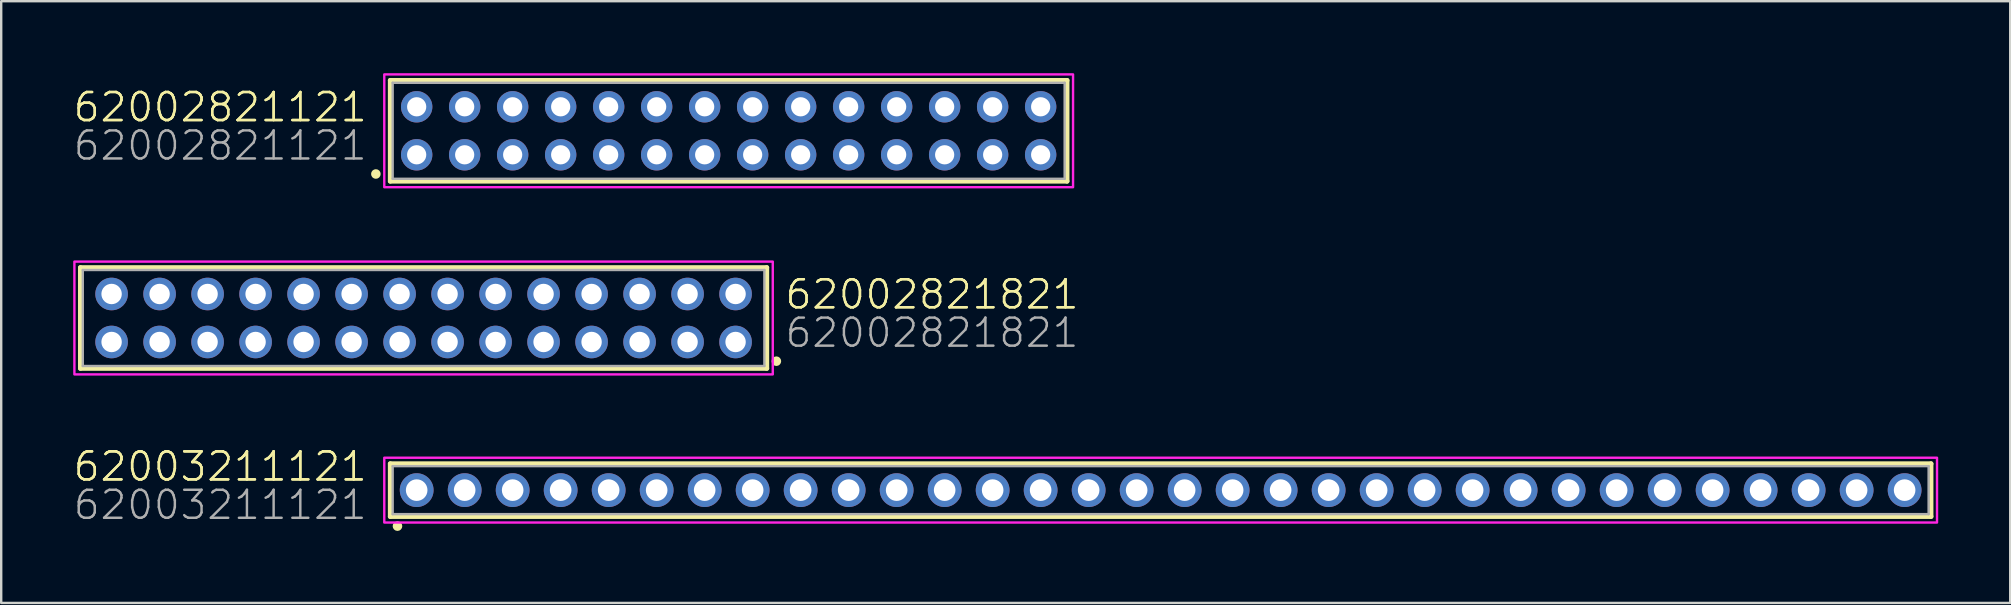
<source format=kicad_pcb>
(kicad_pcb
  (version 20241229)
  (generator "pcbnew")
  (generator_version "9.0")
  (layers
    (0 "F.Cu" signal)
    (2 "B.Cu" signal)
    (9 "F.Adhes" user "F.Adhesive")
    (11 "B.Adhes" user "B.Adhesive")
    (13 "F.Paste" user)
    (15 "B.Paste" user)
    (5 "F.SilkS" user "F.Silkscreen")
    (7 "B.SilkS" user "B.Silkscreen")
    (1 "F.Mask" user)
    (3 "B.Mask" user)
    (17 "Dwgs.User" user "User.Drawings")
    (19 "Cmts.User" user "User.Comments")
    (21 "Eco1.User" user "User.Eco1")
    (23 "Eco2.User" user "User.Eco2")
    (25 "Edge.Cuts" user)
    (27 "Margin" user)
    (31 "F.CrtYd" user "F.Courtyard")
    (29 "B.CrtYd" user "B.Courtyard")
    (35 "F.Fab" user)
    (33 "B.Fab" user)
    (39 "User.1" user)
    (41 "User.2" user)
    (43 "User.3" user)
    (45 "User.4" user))
  (footprint "62003211121"
    (layer "F.Cu")
    (at 45.312 17.373)
    (property "Reference" "62003211121" (at -33 -0.3 0) (unlocked yes) (layer "F.SilkS") (effects (font (size 1.168 1.168) (thickness 0.102)) (justify right bottom)))
    (property "Value" "62003211121" (at -33 1.3 0) (unlocked yes) (layer "F.Fab") (hide yes) (effects (font (size 1.168 1.168) (thickness 0.102)) (justify right bottom)))
    (fp_line (start -32.1 -1.1) (end 32.1 -1.1) (stroke (width 0.2) (type solid)) (layer "F.SilkS"))
    (fp_line (start -32.1 1.1) (end -32.1 -1.1) (stroke (width 0.2) (type solid)) (layer "F.SilkS"))
    (fp_line (start 32.1 -1.1) (end 32.1 1.1) (stroke (width 0.2) (type solid)) (layer "F.SilkS"))
    (fp_line (start 32.1 1.1) (end -32.1 1.1) (stroke (width 0.2) (type solid)) (layer "F.SilkS"))
    (fp_circle (center -31.8 1.5) (end -31.7 1.5) (stroke (width 0.2) (type solid)) (fill no) (layer "F.SilkS"))
    (fp_poly (pts (xy 32.35 1.35) (xy -32.35 1.35) (xy -32.35 -1.35) (xy 32.35 -1.35)) (stroke (width 0.1) (type default)) (fill no) (layer "F.CrtYd"))
    (fp_line (start -32 -1) (end -32 1) (stroke (width 0.1) (type solid)) (layer "F.Fab"))
    (fp_line (start -32 1) (end 32 1) (stroke (width 0.1) (type solid)) (layer "F.Fab"))
    (fp_line (start 32 -1) (end -32 -1) (stroke (width 0.1) (type solid)) (layer "F.Fab"))
    (fp_line (start 32 1) (end 32 -1) (stroke (width 0.1) (type solid)) (layer "F.Fab"))
    (fp_text user "${REFERENCE}" (at -33 -0.3 0) (unlocked yes) (layer "F.SilkS") (effects (font (size 1.168 1.168) (thickness 0.102)) (justify right bottom)))
    (fp_text user "${VALUE}" (at -33 1.3 0) (unlocked yes) (layer "F.Fab") (effects (font (size 1.168 1.168) (thickness 0.102)) (justify right bottom)))
    (pad "1" thru_hole circle (at -31 0) (size 1.408 1.408) (drill 0.9) (layers "*.Cu" "*.Mask"))
    (pad "2" thru_hole circle (at -29 0) (size 1.408 1.408) (drill 0.9) (layers "*.Cu" "*.Mask"))
    (pad "3" thru_hole circle (at -27 0) (size 1.408 1.408) (drill 0.9) (layers "*.Cu" "*.Mask"))
    (pad "4" thru_hole circle (at -25 0) (size 1.408 1.408) (drill 0.9) (layers "*.Cu" "*.Mask"))
    (pad "5" thru_hole circle (at -23 0) (size 1.408 1.408) (drill 0.9) (layers "*.Cu" "*.Mask"))
    (pad "6" thru_hole circle (at -21 0) (size 1.408 1.408) (drill 0.9) (layers "*.Cu" "*.Mask"))
    (pad "7" thru_hole circle (at -19 0) (size 1.408 1.408) (drill 0.9) (layers "*.Cu" "*.Mask"))
    (pad "8" thru_hole circle (at -17 0) (size 1.408 1.408) (drill 0.9) (layers "*.Cu" "*.Mask"))
    (pad "9" thru_hole circle (at -15 0) (size 1.408 1.408) (drill 0.9) (layers "*.Cu" "*.Mask"))
    (pad "10" thru_hole circle (at -13 0) (size 1.408 1.408) (drill 0.9) (layers "*.Cu" "*.Mask"))
    (pad "11" thru_hole circle (at -11 0) (size 1.408 1.408) (drill 0.9) (layers "*.Cu" "*.Mask"))
    (pad "12" thru_hole circle (at -9 0) (size 1.408 1.408) (drill 0.9) (layers "*.Cu" "*.Mask"))
    (pad "13" thru_hole circle (at -7 0) (size 1.408 1.408) (drill 0.9) (layers "*.Cu" "*.Mask"))
    (pad "14" thru_hole circle (at -5 0) (size 1.408 1.408) (drill 0.9) (layers "*.Cu" "*.Mask"))
    (pad "15" thru_hole circle (at -3 0) (size 1.408 1.408) (drill 0.9) (layers "*.Cu" "*.Mask"))
    (pad "16" thru_hole circle (at -1 0) (size 1.408 1.408) (drill 0.9) (layers "*.Cu" "*.Mask"))
    (pad "17" thru_hole circle (at 1 0) (size 1.408 1.408) (drill 0.9) (layers "*.Cu" "*.Mask"))
    (pad "18" thru_hole circle (at 3 0) (size 1.408 1.408) (drill 0.9) (layers "*.Cu" "*.Mask"))
    (pad "19" thru_hole circle (at 5 0) (size 1.408 1.408) (drill 0.9) (layers "*.Cu" "*.Mask"))
    (pad "20" thru_hole circle (at 7 0) (size 1.408 1.408) (drill 0.9) (layers "*.Cu" "*.Mask"))
    (pad "21" thru_hole circle (at 9 0) (size 1.408 1.408) (drill 0.9) (layers "*.Cu" "*.Mask"))
    (pad "22" thru_hole circle (at 11 0) (size 1.408 1.408) (drill 0.9) (layers "*.Cu" "*.Mask"))
    (pad "23" thru_hole circle (at 13 0) (size 1.408 1.408) (drill 0.9) (layers "*.Cu" "*.Mask"))
    (pad "24" thru_hole circle (at 15 0) (size 1.408 1.408) (drill 0.9) (layers "*.Cu" "*.Mask"))
    (pad "25" thru_hole circle (at 17 0) (size 1.408 1.408) (drill 0.9) (layers "*.Cu" "*.Mask"))
    (pad "26" thru_hole circle (at 19 0) (size 1.408 1.408) (drill 0.9) (layers "*.Cu" "*.Mask"))
    (pad "27" thru_hole circle (at 21 0) (size 1.408 1.408) (drill 0.9) (layers "*.Cu" "*.Mask"))
    (pad "28" thru_hole circle (at 23 0) (size 1.408 1.408) (drill 0.9) (layers "*.Cu" "*.Mask"))
    (pad "29" thru_hole circle (at 25 0) (size 1.408 1.408) (drill 0.9) (layers "*.Cu" "*.Mask"))
    (pad "30" thru_hole circle (at 27 0) (size 1.408 1.408) (drill 0.9) (layers "*.Cu" "*.Mask"))
    (pad "31" thru_hole circle (at 29 0) (size 1.408 1.408) (drill 0.9) (layers "*.Cu" "*.Mask"))
    (pad "32" thru_hole circle (at 31 0) (size 1.408 1.408) (drill 0.9) (layers "*.Cu" "*.Mask")))
  (footprint "62002821121"
    (layer "F.Cu")
    (at 27.312 2.4)
    (property "Reference" "62002821121" (at -15 -0.3 0) (unlocked yes) (layer "F.SilkS") (effects (font (size 1.168 1.168) (thickness 0.102)) (justify right bottom)))
    (property "Value" "62002821121" (at -15 1.3 0) (unlocked yes) (layer "F.Fab") (hide yes) (effects (font (size 1.168 1.168) (thickness 0.102)) (justify right bottom)))
    (fp_line (start -14.1 -2.1) (end 14.1 -2.1) (stroke (width 0.2) (type solid)) (layer "F.SilkS"))
    (fp_line (start -14.1 2.1) (end -14.1 -2.1) (stroke (width 0.2) (type solid)) (layer "F.SilkS"))
    (fp_line (start 14.1 -2.1) (end 14.1 2.1) (stroke (width 0.2) (type solid)) (layer "F.SilkS"))
    (fp_line (start 14.1 2.1) (end -14.1 2.1) (stroke (width 0.2) (type solid)) (layer "F.SilkS"))
    (fp_circle (center -14.7 1.8) (end -14.6 1.8) (stroke (width 0.2) (type solid)) (fill no) (layer "F.SilkS"))
    (fp_poly (pts (xy 14.35 2.35) (xy -14.35 2.35) (xy -14.35 -2.35) (xy 14.35 -2.35)) (stroke (width 0.1) (type default)) (fill no) (layer "F.CrtYd"))
    (fp_line (start -14 -2) (end -14 2) (stroke (width 0.1) (type solid)) (layer "F.Fab"))
    (fp_line (start -14 2) (end 14 2) (stroke (width 0.1) (type solid)) (layer "F.Fab"))
    (fp_line (start 14 -2) (end -14 -2) (stroke (width 0.1) (type solid)) (layer "F.Fab"))
    (fp_line (start 14 2) (end 14 -2) (stroke (width 0.1) (type solid)) (layer "F.Fab"))
    (fp_text user "${REFERENCE}" (at -15 -0.3 0) (unlocked yes) (layer "F.SilkS") (effects (font (size 1.168 1.168) (thickness 0.102)) (justify right bottom)))
    (fp_text user "${VALUE}" (at -15 1.3 0) (unlocked yes) (layer "F.Fab") (effects (font (size 1.168 1.168) (thickness 0.102)) (justify right bottom)))
    (pad "1" thru_hole circle (at -13 1) (size 1.308 1.308) (drill 0.8) (layers "*.Cu" "*.Mask"))
    (pad "2" thru_hole circle (at -13 -1) (size 1.308 1.308) (drill 0.8) (layers "*.Cu" "*.Mask"))
    (pad "3" thru_hole circle (at -11 1) (size 1.308 1.308) (drill 0.8) (layers "*.Cu" "*.Mask"))
    (pad "4" thru_hole circle (at -11 -1) (size 1.308 1.308) (drill 0.8) (layers "*.Cu" "*.Mask"))
    (pad "5" thru_hole circle (at -9 1) (size 1.308 1.308) (drill 0.8) (layers "*.Cu" "*.Mask"))
    (pad "6" thru_hole circle (at -9 -1) (size 1.308 1.308) (drill 0.8) (layers "*.Cu" "*.Mask"))
    (pad "7" thru_hole circle (at -7 1) (size 1.308 1.308) (drill 0.8) (layers "*.Cu" "*.Mask"))
    (pad "8" thru_hole circle (at -7 -1) (size 1.308 1.308) (drill 0.8) (layers "*.Cu" "*.Mask"))
    (pad "9" thru_hole circle (at -5 1) (size 1.308 1.308) (drill 0.8) (layers "*.Cu" "*.Mask"))
    (pad "10" thru_hole circle (at -5 -1) (size 1.308 1.308) (drill 0.8) (layers "*.Cu" "*.Mask"))
    (pad "11" thru_hole circle (at -3 1) (size 1.308 1.308) (drill 0.8) (layers "*.Cu" "*.Mask"))
    (pad "12" thru_hole circle (at -3 -1) (size 1.308 1.308) (drill 0.8) (layers "*.Cu" "*.Mask"))
    (pad "13" thru_hole circle (at -1 1) (size 1.308 1.308) (drill 0.8) (layers "*.Cu" "*.Mask"))
    (pad "14" thru_hole circle (at -1 -1) (size 1.308 1.308) (drill 0.8) (layers "*.Cu" "*.Mask"))
    (pad "15" thru_hole circle (at 1 1) (size 1.308 1.308) (drill 0.8) (layers "*.Cu" "*.Mask"))
    (pad "16" thru_hole circle (at 1 -1) (size 1.308 1.308) (drill 0.8) (layers "*.Cu" "*.Mask"))
    (pad "17" thru_hole circle (at 3 1) (size 1.308 1.308) (drill 0.8) (layers "*.Cu" "*.Mask"))
    (pad "18" thru_hole circle (at 3 -1) (size 1.308 1.308) (drill 0.8) (layers "*.Cu" "*.Mask"))
    (pad "19" thru_hole circle (at 5 1) (size 1.308 1.308) (drill 0.8) (layers "*.Cu" "*.Mask"))
    (pad "20" thru_hole circle (at 5 -1) (size 1.308 1.308) (drill 0.8) (layers "*.Cu" "*.Mask"))
    (pad "21" thru_hole circle (at 7 1) (size 1.308 1.308) (drill 0.8) (layers "*.Cu" "*.Mask"))
    (pad "22" thru_hole circle (at 7 -1) (size 1.308 1.308) (drill 0.8) (layers "*.Cu" "*.Mask"))
    (pad "23" thru_hole circle (at 9 1) (size 1.308 1.308) (drill 0.8) (layers "*.Cu" "*.Mask"))
    (pad "24" thru_hole circle (at 9 -1) (size 1.308 1.308) (drill 0.8) (layers "*.Cu" "*.Mask"))
    (pad "25" thru_hole circle (at 11 1) (size 1.308 1.308) (drill 0.8) (layers "*.Cu" "*.Mask"))
    (pad "26" thru_hole circle (at 11 -1) (size 1.308 1.308) (drill 0.8) (layers "*.Cu" "*.Mask"))
    (pad "27" thru_hole circle (at 13 1) (size 1.308 1.308) (drill 0.8) (layers "*.Cu" "*.Mask"))
    (pad "28" thru_hole circle (at 13 -1) (size 1.308 1.308) (drill 0.8) (layers "*.Cu" "*.Mask")))
  (footprint "62002821821"
    (layer "F.Cu")
    (at 14.6 10.2)
    (property "Reference" "62002821821" (at 15 -0.3 0) (unlocked yes) (layer "F.SilkS") (effects (font (size 1.168 1.168) (thickness 0.102)) (justify left bottom)))
    (property "Value" "62002821821" (at 15 1.3 0) (unlocked yes) (layer "F.Fab") (hide yes) (effects (font (size 1.168 1.168) (thickness 0.102)) (justify left bottom)))
    (fp_line (start -14.3 -2.1) (end 14.3 -2.1) (stroke (width 0.2) (type solid)) (layer "F.SilkS"))
    (fp_line (start -14.3 2.1) (end -14.3 -2.1) (stroke (width 0.2) (type solid)) (layer "F.SilkS"))
    (fp_line (start 14.3 -2.1) (end 14.3 2.1) (stroke (width 0.2) (type solid)) (layer "F.SilkS"))
    (fp_line (start 14.3 2.1) (end -14.3 2.1) (stroke (width 0.2) (type solid)) (layer "F.SilkS"))
    (fp_circle (center 14.7 1.8) (end 14.8 1.8) (stroke (width 0.2) (type solid)) (fill no) (layer "F.SilkS"))
    (fp_poly (pts (xy 14.55 2.35) (xy -14.55 2.35) (xy -14.55 -2.35) (xy 14.55 -2.35)) (stroke (width 0.1) (type default)) (fill no) (layer "F.CrtYd"))
    (fp_line (start -14.2 -2) (end -14.2 2) (stroke (width 0.1) (type solid)) (layer "F.Fab"))
    (fp_line (start -14.2 2) (end 14.2 2) (stroke (width 0.1) (type solid)) (layer "F.Fab"))
    (fp_line (start 14.2 -2) (end -14.2 -2) (stroke (width 0.1) (type solid)) (layer "F.Fab"))
    (fp_line (start 14.2 2) (end 14.2 -2) (stroke (width 0.1) (type solid)) (layer "F.Fab"))
    (fp_text user "${REFERENCE}" (at 15 -0.3 0) (unlocked yes) (layer "F.SilkS") (effects (font (size 1.168 1.168) (thickness 0.102)) (justify left bottom)))
    (fp_text user "${VALUE}" (at 15 1.3 0) (unlocked yes) (layer "F.Fab") (effects (font (size 1.168 1.168) (thickness 0.102)) (justify left bottom)))
    (pad "1" thru_hole circle (at 13 1 180) (size 1.358 1.358) (drill 0.85) (layers "*.Cu" "*.Mask"))
    (pad "2" thru_hole circle (at 13 -1 180) (size 1.358 1.358) (drill 0.85) (layers "*.Cu" "*.Mask"))
    (pad "3" thru_hole circle (at 11 1 180) (size 1.358 1.358) (drill 0.85) (layers "*.Cu" "*.Mask"))
    (pad "4" thru_hole circle (at 11 -1 180) (size 1.358 1.358) (drill 0.85) (layers "*.Cu" "*.Mask"))
    (pad "5" thru_hole circle (at 9 1 180) (size 1.358 1.358) (drill 0.85) (layers "*.Cu" "*.Mask"))
    (pad "6" thru_hole circle (at 9 -1 180) (size 1.358 1.358) (drill 0.85) (layers "*.Cu" "*.Mask"))
    (pad "7" thru_hole circle (at 7 1 180) (size 1.358 1.358) (drill 0.85) (layers "*.Cu" "*.Mask"))
    (pad "8" thru_hole circle (at 7 -1 180) (size 1.358 1.358) (drill 0.85) (layers "*.Cu" "*.Mask"))
    (pad "9" thru_hole circle (at 5 1 180) (size 1.358 1.358) (drill 0.85) (layers "*.Cu" "*.Mask"))
    (pad "10" thru_hole circle (at 5 -1 180) (size 1.358 1.358) (drill 0.85) (layers "*.Cu" "*.Mask"))
    (pad "11" thru_hole circle (at 3 1 180) (size 1.358 1.358) (drill 0.85) (layers "*.Cu" "*.Mask"))
    (pad "12" thru_hole circle (at 3 -1 180) (size 1.358 1.358) (drill 0.85) (layers "*.Cu" "*.Mask"))
    (pad "13" thru_hole circle (at 1 1 180) (size 1.358 1.358) (drill 0.85) (layers "*.Cu" "*.Mask"))
    (pad "14" thru_hole circle (at 1 -1 180) (size 1.358 1.358) (drill 0.85) (layers "*.Cu" "*.Mask"))
    (pad "15" thru_hole circle (at -1 1 180) (size 1.358 1.358) (drill 0.85) (layers "*.Cu" "*.Mask"))
    (pad "16" thru_hole circle (at -1 -1 180) (size 1.358 1.358) (drill 0.85) (layers "*.Cu" "*.Mask"))
    (pad "17" thru_hole circle (at -3 1 180) (size 1.358 1.358) (drill 0.85) (layers "*.Cu" "*.Mask"))
    (pad "18" thru_hole circle (at -3 -1 180) (size 1.358 1.358) (drill 0.85) (layers "*.Cu" "*.Mask"))
    (pad "19" thru_hole circle (at -5 1 180) (size 1.358 1.358) (drill 0.85) (layers "*.Cu" "*.Mask"))
    (pad "20" thru_hole circle (at -5 -1 180) (size 1.358 1.358) (drill 0.85) (layers "*.Cu" "*.Mask"))
    (pad "21" thru_hole circle (at -7 1 180) (size 1.358 1.358) (drill 0.85) (layers "*.Cu" "*.Mask"))
    (pad "22" thru_hole circle (at -7 -1 180) (size 1.358 1.358) (drill 0.85) (layers "*.Cu" "*.Mask"))
    (pad "23" thru_hole circle (at -9 1 180) (size 1.358 1.358) (drill 0.85) (layers "*.Cu" "*.Mask"))
    (pad "24" thru_hole circle (at -9 -1 180) (size 1.358 1.358) (drill 0.85) (layers "*.Cu" "*.Mask"))
    (pad "25" thru_hole circle (at -11 1 180) (size 1.358 1.358) (drill 0.85) (layers "*.Cu" "*.Mask"))
    (pad "26" thru_hole circle (at -11 -1 180) (size 1.358 1.358) (drill 0.85) (layers "*.Cu" "*.Mask"))
    (pad "27" thru_hole circle (at -13 1 180) (size 1.358 1.358) (drill 0.85) (layers "*.Cu" "*.Mask"))
    (pad "28" thru_hole circle (at -13 -1 180) (size 1.358 1.358) (drill 0.85) (layers "*.Cu" "*.Mask")))
  (gr_rect
    (start -3 -3)
    (end 80.712 22.073)
    (stroke (width 0.1) (type default))
    (fill no)
    (layer "Edge.Cuts")))
</source>
